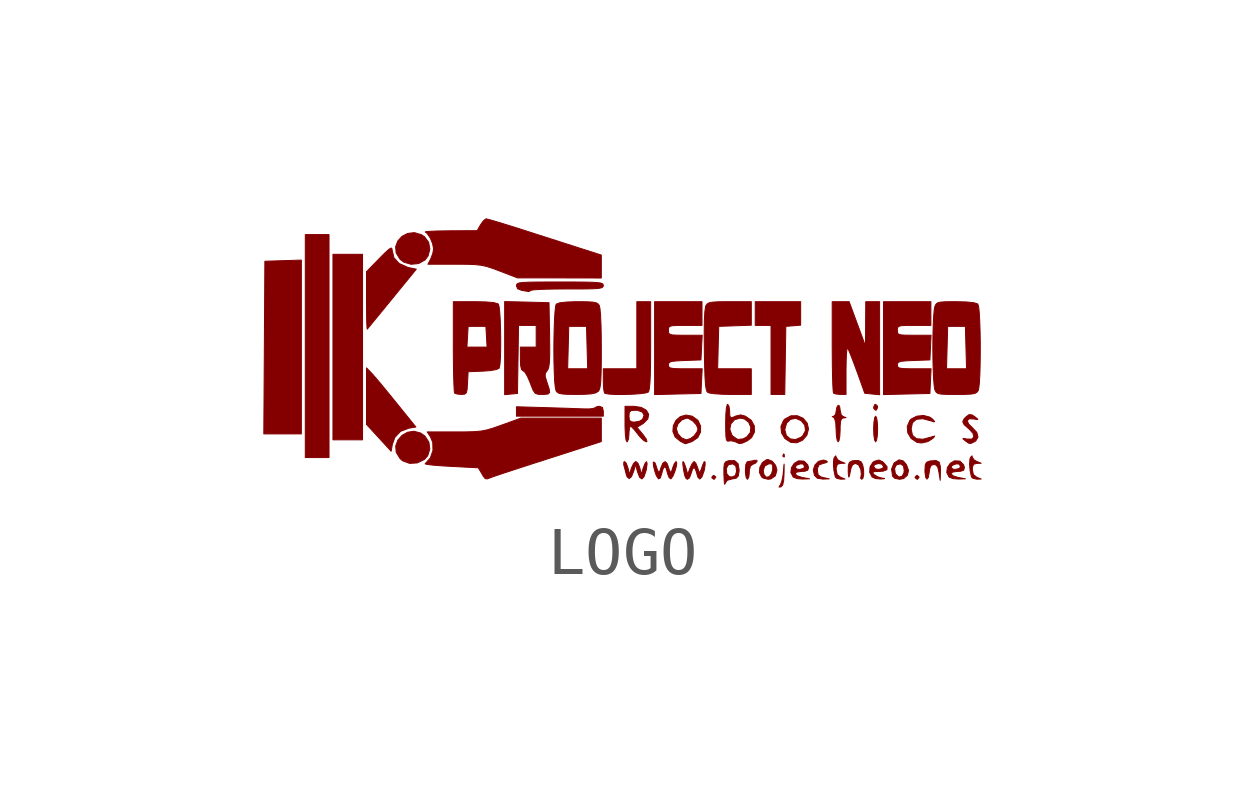
<source format=kicad_sym>
(kicad_symbol_lib
  (version 20220914)
  (generator "bitmap2component")
  (generator_version "9.0")
  (symbol "LOGO"
    (pin_names
      (offset 1.016))
    (property "Reference" "#G"
      (at 0 2.201 0)
      (effects (font (size 1.27 1.27)) hide))
    (symbol "LOGO_0_0"
      (polyline (pts (xy 2.186 -2.766) (xy 2.188 -2.757) (xy 2.233 -2.691) (xy 2.335 -2.664) (xy 2.418 -2.648) (xy 2.462 -2.603) (xy 2.478 -2.504) (xy 2.48 -2.474) (xy 2.458 -2.347) (xy 2.385 -2.282) (xy 2.264 -2.284) (xy 2.247 -2.288) (xy 2.197 -2.31) (xy 2.171 -2.353) (xy 2.162 -2.437) (xy 2.162 -2.448) (xy 2.212 -2.448) (xy 2.254 -2.371) (xy 2.338 -2.351) (xy 2.354 -2.354) (xy 2.41 -2.393) (xy 2.425 -2.486) (xy 2.424 -2.512) (xy 2.402 -2.592) (xy 2.336 -2.623) (xy 2.276 -2.618) (xy 2.222 -2.556) (xy 2.212 -2.448) (xy 2.162 -2.448) (xy 2.163 -2.583) (xy 2.164 -2.598) (xy 2.169 -2.715) (xy 2.177 -2.775) (xy 2.186 -2.766)) (stroke (width 0.01) (type default)) (fill (type outline)))
      (polyline (pts (xy 3.35 -2.829) (xy 3.386 -2.792) (xy 3.407 -2.702) (xy 3.415 -2.545) (xy 3.416 -2.511) (xy 3.417 -2.393) (xy 3.416 -2.355) (xy 3.411 -2.393) (xy 3.402 -2.506) (xy 3.393 -2.595) (xy 3.367 -2.717) (xy 3.337 -2.79) (xy 3.334 -2.793) (xy 3.31 -2.834) (xy 3.35 -2.829)) (stroke (width 0.01) (type default)) (fill (type outline)))
      (polyline (pts (xy -2.684 -2.632) (xy -2.681 -2.631) (xy -2.611 -2.606) (xy -2.475 -2.56) (xy -2.284 -2.497) (xy -2.048 -2.42) (xy -1.78 -2.333) (xy -1.49 -2.24) (xy -0.391 -1.886) (xy -0.391 -1.642) (xy -0.391 -1.397) (xy -1.228 -1.397) (xy -2.066 -1.397) (xy -2.463 -1.541) (xy -2.496 -1.553) (xy -2.651 -1.607) (xy -2.777 -1.644) (xy -2.897 -1.667) (xy -3.032 -1.679) (xy -3.205 -1.684) (xy -3.439 -1.685) (xy -4.017 -1.685) (xy -3.95 -1.786) (xy -3.901 -1.905) (xy -3.897 -2.071) (xy -3.952 -2.228) (xy -4.06 -2.348) (xy -4.06 -2.351) (xy -4.008 -2.363) (xy -3.893 -2.377) (xy -3.727 -2.39) (xy -3.525 -2.402) (xy -2.952 -2.432) (xy -2.881 -2.552) (xy -2.853 -2.6) (xy -2.81 -2.657) (xy -2.764 -2.663) (xy -2.684 -2.632)) (stroke (width 0.01) (type default)) (fill (type outline)))
      (polyline (pts (xy 0.5 -2.615) (xy 0.542 -2.486) (xy 0.548 -2.46) (xy 0.563 -2.35) (xy 0.553 -2.305) (xy 0.524 -2.332) (xy 0.483 -2.435) (xy 0.441 -2.569) (xy 0.411 -2.435) (xy 0.408 -2.424) (xy 0.372 -2.337) (xy 0.33 -2.302) (xy 0.325 -2.302) (xy 0.279 -2.345) (xy 0.237 -2.435) (xy 0.195 -2.569) (xy 0.164 -2.435) (xy 0.161 -2.424) (xy 0.129 -2.337) (xy 0.095 -2.302) (xy 0.077 -2.314) (xy 0.077 -2.373) (xy 0.098 -2.448) (xy 0.126 -2.56) (xy 0.146 -2.62) (xy 0.189 -2.657) (xy 0.237 -2.618) (xy 0.283 -2.504) (xy 0.323 -2.363) (xy 0.364 -2.517) (xy 0.364 -2.518) (xy 0.408 -2.632) (xy 0.455 -2.664) (xy 0.5 -2.615)) (stroke (width 0.01) (type default)) (fill (type outline)))
      (polyline (pts (xy 1.065 -2.657) (xy 1.102 -2.603) (xy 1.139 -2.513) (xy 1.169 -2.414) (xy 1.181 -2.334) (xy 1.168 -2.302) (xy 1.165 -2.302) (xy 1.13 -2.345) (xy 1.095 -2.435) (xy 1.074 -2.504) (xy 1.053 -2.526) (xy 1.027 -2.481) (xy 0.988 -2.363) (xy 0.98 -2.343) (xy 0.939 -2.303) (xy 0.891 -2.336) (xy 0.849 -2.435) (xy 0.826 -2.508) (xy 0.805 -2.526) (xy 0.779 -2.478) (xy 0.739 -2.357) (xy 0.724 -2.325) (xy 0.695 -2.312) (xy 0.691 -2.324) (xy 0.697 -2.395) (xy 0.723 -2.503) (xy 0.756 -2.597) (xy 0.8 -2.662) (xy 0.838 -2.645) (xy 0.869 -2.547) (xy 0.888 -2.473) (xy 0.921 -2.412) (xy 0.955 -2.43) (xy 0.984 -2.531) (xy 0.989 -2.554) (xy 1.021 -2.636) (xy 1.057 -2.662) (xy 1.065 -2.657)) (stroke (width 0.01) (type default)) (fill (type outline)))
      (polyline (pts (xy 1.444 -2.643) (xy 1.48 -2.548) (xy 1.48 -2.546) (xy 1.509 -2.46) (xy 1.539 -2.425) (xy 1.54 -2.425) (xy 1.57 -2.462) (xy 1.597 -2.548) (xy 1.621 -2.629) (xy 1.66 -2.666) (xy 1.704 -2.623) (xy 1.748 -2.503) (xy 1.759 -2.458) (xy 1.772 -2.365) (xy 1.769 -2.309) (xy 1.752 -2.305) (xy 1.723 -2.368) (xy 1.689 -2.468) (xy 1.662 -2.523) (xy 1.641 -2.51) (xy 1.617 -2.435) (xy 1.613 -2.423) (xy 1.578 -2.337) (xy 1.544 -2.302) (xy 1.54 -2.302) (xy 1.501 -2.346) (xy 1.458 -2.435) (xy 1.409 -2.569) (xy 1.371 -2.435) (xy 1.367 -2.422) (xy 1.336 -2.337) (xy 1.312 -2.302) (xy 1.306 -2.316) (xy 1.31 -2.385) (xy 1.324 -2.483) (xy 1.343 -2.579) (xy 1.364 -2.641) (xy 1.4 -2.672) (xy 1.444 -2.643)) (stroke (width 0.01) (type default)) (fill (type outline)))
      (polyline (pts (xy 1.962 -2.67) (xy 1.993 -2.63) (xy 1.992 -2.621) (xy 1.952 -2.589) (xy 1.942 -2.591) (xy 1.911 -2.63) (xy 1.912 -2.64) (xy 1.952 -2.671) (xy 1.962 -2.67)) (stroke (width 0.01) (type default)) (fill (type outline)))
      (polyline (pts (xy 2.657 -2.67) (xy 2.682 -2.62) (xy 2.692 -2.524) (xy 2.693 -2.477) (xy 2.716 -2.392) (xy 2.774 -2.355) (xy 2.822 -2.334) (xy 2.856 -2.292) (xy 2.846 -2.275) (xy 2.791 -2.277) (xy 2.759 -2.287) (xy 2.668 -2.302) (xy 2.648 -2.307) (xy 2.619 -2.362) (xy 2.61 -2.486) (xy 2.612 -2.542) (xy 2.626 -2.635) (xy 2.651 -2.671) (xy 2.657 -2.67)) (stroke (width 0.01) (type default)) (fill (type outline)))
      (polyline (pts (xy 3.143 -2.663) (xy 3.234 -2.599) (xy 3.267 -2.481) (xy 3.24 -2.382) (xy 3.17 -2.296) (xy 3.083 -2.26) (xy 3.048 -2.265) (xy 2.964 -2.322) (xy 2.912 -2.42) (xy 2.906 -2.49) (xy 2.981 -2.49) (xy 3.012 -2.396) (xy 3.096 -2.35) (xy 3.153 -2.348) (xy 3.18 -2.381) (xy 3.178 -2.473) (xy 3.156 -2.555) (xy 3.104 -2.618) (xy 3.044 -2.628) (xy 2.997 -2.574) (xy 2.981 -2.49) (xy 2.906 -2.49) (xy 2.903 -2.53) (xy 2.947 -2.622) (xy 2.988 -2.649) (xy 3.083 -2.671) (xy 3.143 -2.663)) (stroke (width 0.01) (type default)) (fill (type outline)))
      (polyline (pts (xy 3.946 -2.661) (xy 3.805 -2.635) (xy 3.793 -2.633) (xy 3.687 -2.598) (xy 3.646 -2.556) (xy 3.676 -2.522) (xy 3.778 -2.507) (xy 3.846 -2.504) (xy 3.909 -2.482) (xy 3.925 -2.426) (xy 3.907 -2.368) (xy 3.84 -2.3) (xy 3.819 -2.291) (xy 3.717 -2.287) (xy 3.629 -2.339) (xy 3.571 -2.425) (xy 3.648 -2.425) (xy 3.671 -2.381) (xy 3.754 -2.35) (xy 3.812 -2.353) (xy 3.843 -2.401) (xy 3.823 -2.445) (xy 3.737 -2.466) (xy 3.687 -2.46) (xy 3.648 -2.425) (xy 3.571 -2.425) (xy 3.57 -2.427) (xy 3.557 -2.528) (xy 3.604 -2.622) (xy 3.609 -2.627) (xy 3.688 -2.657) (xy 3.8 -2.666) (xy 3.946 -2.661)) (stroke (width 0.01) (type default)) (fill (type outline)))
      (polyline (pts (xy 4.357 -2.662) (xy 4.233 -2.635) (xy 4.183 -2.622) (xy 4.124 -2.578) (xy 4.11 -2.486) (xy 4.113 -2.435) (xy 4.145 -2.371) (xy 4.233 -2.339) (xy 4.28 -2.329) (xy 4.319 -2.308) (xy 4.288 -2.284) (xy 4.232 -2.271) (xy 4.133 -2.297) (xy 4.059 -2.373) (xy 4.024 -2.477) (xy 4.048 -2.588) (xy 4.109 -2.649) (xy 4.224 -2.667) (xy 4.357 -2.662)) (stroke (width 0.01) (type default)) (fill (type outline)))
      (polyline (pts (xy 4.685 -2.666) (xy 4.593 -2.629) (xy 4.522 -2.573) (xy 4.5 -2.467) (xy 4.502 -2.423) (xy 4.526 -2.358) (xy 4.593 -2.34) (xy 4.685 -2.337) (xy 4.593 -2.3) (xy 4.534 -2.265) (xy 4.5 -2.21) (xy 4.493 -2.183) (xy 4.462 -2.216) (xy 4.451 -2.248) (xy 4.443 -2.354) (xy 4.454 -2.489) (xy 4.482 -2.62) (xy 4.512 -2.651) (xy 4.592 -2.669) (xy 4.685 -2.666)) (stroke (width 0.01) (type default)) (fill (type outline)))
      (polyline (pts (xy 5.059 -2.647) (xy 5.074 -2.568) (xy 5.071 -2.465) (xy 5.052 -2.367) (xy 5.018 -2.305) (xy 4.959 -2.28) (xy 4.854 -2.284) (xy 4.827 -2.291) (xy 4.775 -2.321) (xy 4.754 -2.383) (xy 4.752 -2.501) (xy 4.755 -2.566) (xy 4.763 -2.623) (xy 4.774 -2.61) (xy 4.787 -2.55) (xy 4.811 -2.435) (xy 4.842 -2.368) (xy 4.904 -2.34) (xy 4.969 -2.373) (xy 5.014 -2.465) (xy 5.025 -2.562) (xy 5.015 -2.629) (xy 5.008 -2.646) (xy 5.032 -2.671) (xy 5.059 -2.647)) (stroke (width 0.01) (type default)) (fill (type outline)))
      (polyline (pts (xy 5.502 -2.66) (xy 5.508 -2.654) (xy 5.439 -2.642) (xy 5.356 -2.617) (xy 5.279 -2.566) (xy 5.279 -2.566) (xy 5.26 -2.529) (xy 5.296 -2.511) (xy 5.4 -2.507) (xy 5.478 -2.502) (xy 5.558 -2.471) (xy 5.561 -2.41) (xy 5.487 -2.322) (xy 5.466 -2.305) (xy 5.392 -2.27) (xy 5.302 -2.294) (xy 5.265 -2.318) (xy 5.211 -2.404) (xy 5.281 -2.404) (xy 5.301 -2.364) (xy 5.384 -2.343) (xy 5.451 -2.355) (xy 5.487 -2.404) (xy 5.467 -2.445) (xy 5.384 -2.466) (xy 5.317 -2.454) (xy 5.281 -2.404) (xy 5.211 -2.404) (xy 5.207 -2.41) (xy 5.199 -2.524) (xy 5.248 -2.622) (xy 5.318 -2.655) (xy 5.423 -2.665) (xy 5.502 -2.66)) (stroke (width 0.01) (type default)) (fill (type outline)))
      (polyline (pts (xy 5.902 -2.657) (xy 5.983 -2.59) (xy 6.008 -2.486) (xy 5.964 -2.365) (xy 5.897 -2.288) (xy 5.81 -2.266) (xy 5.716 -2.325) (xy 5.702 -2.341) (xy 5.66 -2.444) (xy 5.717 -2.444) (xy 5.754 -2.372) (xy 5.831 -2.351) (xy 5.847 -2.354) (xy 5.903 -2.392) (xy 5.918 -2.486) (xy 5.911 -2.543) (xy 5.868 -2.613) (xy 5.804 -2.623) (xy 5.742 -2.565) (xy 5.731 -2.542) (xy 5.717 -2.444) (xy 5.66 -2.444) (xy 5.654 -2.461) (xy 5.676 -2.607) (xy 5.72 -2.65) (xy 5.821 -2.671) (xy 5.902 -2.657)) (stroke (width 0.01) (type default)) (fill (type outline)))
      (polyline (pts (xy 6.195 -2.67) (xy 6.227 -2.63) (xy 6.226 -2.621) (xy 6.186 -2.589) (xy 6.176 -2.591) (xy 6.144 -2.63) (xy 6.146 -2.64) (xy 6.186 -2.671) (xy 6.195 -2.67)) (stroke (width 0.01) (type default)) (fill (type outline)))
      (polyline (pts (xy 6.673 -2.501) (xy 6.672 -2.411) (xy 6.647 -2.316) (xy 6.581 -2.28) (xy 6.46 -2.29) (xy 6.439 -2.294) (xy 6.38 -2.32) (xy 6.355 -2.377) (xy 6.35 -2.491) (xy 6.35 -2.521) (xy 6.365 -2.63) (xy 6.391 -2.668) (xy 6.42 -2.631) (xy 6.44 -2.517) (xy 6.449 -2.448) (xy 6.478 -2.381) (xy 6.535 -2.363) (xy 6.574 -2.37) (xy 6.616 -2.417) (xy 6.642 -2.528) (xy 6.667 -2.692) (xy 6.673 -2.501)) (stroke (width 0.01) (type default)) (fill (type outline)))
      (polyline (pts (xy 7.192 -2.661) (xy 7.052 -2.635) (xy 7.04 -2.633) (xy 6.933 -2.598) (xy 6.893 -2.556) (xy 6.923 -2.522) (xy 7.025 -2.507) (xy 7.093 -2.504) (xy 7.156 -2.482) (xy 7.172 -2.426) (xy 7.154 -2.368) (xy 7.087 -2.3) (xy 7.066 -2.291) (xy 6.964 -2.287) (xy 6.876 -2.339) (xy 6.818 -2.425) (xy 6.894 -2.425) (xy 6.918 -2.381) (xy 7 -2.35) (xy 7.059 -2.353) (xy 7.09 -2.401) (xy 7.07 -2.445) (xy 6.984 -2.466) (xy 6.934 -2.46) (xy 6.894 -2.425) (xy 6.818 -2.425) (xy 6.817 -2.427) (xy 6.804 -2.528) (xy 6.851 -2.622) (xy 6.856 -2.627) (xy 6.935 -2.657) (xy 7.047 -2.666) (xy 7.192 -2.661)) (stroke (width 0.01) (type default)) (fill (type outline)))
      (polyline (pts (xy 7.521 -2.666) (xy 7.429 -2.629) (xy 7.358 -2.573) (xy 7.336 -2.467) (xy 7.338 -2.423) (xy 7.362 -2.358) (xy 7.429 -2.34) (xy 7.521 -2.337) (xy 7.429 -2.3) (xy 7.37 -2.265) (xy 7.336 -2.21) (xy 7.329 -2.183) (xy 7.298 -2.216) (xy 7.287 -2.248) (xy 7.279 -2.354) (xy 7.29 -2.489) (xy 7.318 -2.62) (xy 7.348 -2.651) (xy 7.428 -2.669) (xy 7.521 -2.666)) (stroke (width 0.01) (type default)) (fill (type outline)))
      (polyline (pts (xy -4.223 -2.33) (xy -4.074 -2.257) (xy -4.006 -2.18) (xy -3.963 -2.042) (xy -3.982 -1.897) (xy -4.066 -1.77) (xy -4.155 -1.707) (xy -4.293 -1.671) (xy -4.426 -1.691) (xy -4.542 -1.757) (xy -4.629 -1.857) (xy -4.673 -1.978) (xy -4.662 -2.11) (xy -4.582 -2.24) (xy -4.529 -2.286) (xy -4.383 -2.34) (xy -4.223 -2.33)) (stroke (width 0.01) (type default)) (fill (type outline)))
      (polyline (pts (xy -6.062 0.103) (xy -6.062 2.425) (xy -6.309 2.425) (xy -6.556 2.425) (xy -6.556 0.103) (xy -6.556 -2.219) (xy -6.309 -2.219) (xy -6.062 -2.219) (xy -6.062 0.103)) (stroke (width 0.01) (type default)) (fill (type outline)))
      (polyline (pts (xy 3.423 -2.2) (xy 3.418 -2.151) (xy 3.406 -2.144) (xy 3.391 -2.178) (xy 3.394 -2.2) (xy 3.418 -2.206) (xy 3.423 -2.2)) (stroke (width 0.01) (type default)) (fill (type outline)))
      (polyline (pts (xy -4.743 -1.944) (xy -4.691 -1.798) (xy -4.572 -1.673) (xy -4.4 -1.607) (xy -4.253 -1.582) (xy -4.668 -1.069) (xy -4.75 -0.968) (xy -4.894 -0.791) (xy -5.022 -0.637) (xy -5.122 -0.52) (xy -5.182 -0.453) (xy -5.281 -0.351) (xy -5.281 -0.94) (xy -5.281 -1.528) (xy -5.025 -1.807) (xy -4.768 -2.087) (xy -4.743 -1.944)) (stroke (width 0.01) (type default)) (fill (type outline)))
      (polyline (pts (xy 1.361 -1.931) (xy 1.403 -1.918) (xy 1.49 -1.888) (xy 1.499 -1.885) (xy 1.617 -1.804) (xy 1.676 -1.688) (xy 1.677 -1.56) (xy 1.62 -1.442) (xy 1.502 -1.357) (xy 1.375 -1.333) (xy 1.254 -1.366) (xy 1.163 -1.446) (xy 1.109 -1.555) (xy 1.104 -1.616) (xy 1.171 -1.616) (xy 1.171 -1.616) (xy 1.207 -1.516) (xy 1.29 -1.432) (xy 1.39 -1.397) (xy 1.424 -1.403) (xy 1.514 -1.457) (xy 1.591 -1.54) (xy 1.623 -1.623) (xy 1.602 -1.686) (xy 1.541 -1.767) (xy 1.468 -1.822) (xy 1.383 -1.849) (xy 1.378 -1.849) (xy 1.282 -1.81) (xy 1.204 -1.723) (xy 1.171 -1.616) (xy 1.104 -1.616) (xy 1.1 -1.675) (xy 1.146 -1.789) (xy 1.254 -1.879) (xy 1.325 -1.915) (xy 1.36 -1.931) (xy 1.361 -1.931)) (stroke (width 0.01) (type default)) (fill (type outline)))
      (polyline (pts (xy 2.548 -1.918) (xy 2.652 -1.869) (xy 2.739 -1.803) (xy 2.799 -1.687) (xy 2.796 -1.559) (xy 2.732 -1.442) (xy 2.608 -1.356) (xy 2.512 -1.33) (xy 2.411 -1.353) (xy 2.378 -1.37) (xy 2.313 -1.391) (xy 2.286 -1.357) (xy 2.281 -1.254) (xy 2.281 -1.235) (xy 2.267 -1.146) (xy 2.24 -1.11) (xy 2.232 -1.116) (xy 2.214 -1.185) (xy 2.203 -1.318) (xy 2.199 -1.503) (xy 2.2 -1.628) (xy 2.285 -1.628) (xy 2.308 -1.516) (xy 2.384 -1.431) (xy 2.504 -1.397) (xy 2.59 -1.415) (xy 2.679 -1.485) (xy 2.723 -1.587) (xy 2.713 -1.695) (xy 2.642 -1.786) (xy 2.563 -1.83) (xy 2.449 -1.841) (xy 2.349 -1.774) (xy 2.326 -1.745) (xy 2.285 -1.628) (xy 2.2 -1.628) (xy 2.2 -1.66) (xy 2.205 -1.784) (xy 2.216 -1.851) (xy 2.237 -1.877) (xy 2.271 -1.874) (xy 2.314 -1.868) (xy 2.404 -1.891) (xy 2.416 -1.898) (xy 2.48 -1.926) (xy 2.548 -1.918)) (stroke (width 0.01) (type default)) (fill (type outline)))
      (polyline (pts (xy 3.801 -1.857) (xy 3.89 -1.755) (xy 3.925 -1.623) (xy 3.897 -1.501) (xy 3.812 -1.4) (xy 3.692 -1.347) (xy 3.558 -1.349) (xy 3.432 -1.417) (xy 3.401 -1.452) (xy 3.35 -1.574) (xy 3.357 -1.645) (xy 3.432 -1.645) (xy 3.432 -1.631) (xy 3.468 -1.503) (xy 3.549 -1.423) (xy 3.656 -1.401) (xy 3.769 -1.449) (xy 3.846 -1.542) (xy 3.862 -1.658) (xy 3.804 -1.765) (xy 3.769 -1.795) (xy 3.654 -1.844) (xy 3.545 -1.83) (xy 3.464 -1.762) (xy 3.432 -1.645) (xy 3.357 -1.645) (xy 3.363 -1.706) (xy 3.433 -1.823) (xy 3.555 -1.902) (xy 3.681 -1.911) (xy 3.801 -1.857)) (stroke (width 0.01) (type default)) (fill (type outline)))
      (polyline (pts (xy 6.41 -1.886) (xy 6.514 -1.82) (xy 6.537 -1.796) (xy 6.55 -1.77) (xy 6.494 -1.787) (xy 6.31 -1.837) (xy 6.174 -1.826) (xy 6.09 -1.755) (xy 6.062 -1.623) (xy 6.09 -1.493) (xy 6.173 -1.421) (xy 6.308 -1.41) (xy 6.494 -1.46) (xy 6.538 -1.476) (xy 6.552 -1.469) (xy 6.505 -1.415) (xy 6.45 -1.376) (xy 6.321 -1.342) (xy 6.181 -1.356) (xy 6.064 -1.416) (xy 6.034 -1.448) (xy 5.981 -1.571) (xy 5.992 -1.702) (xy 6.062 -1.821) (xy 6.186 -1.903) (xy 6.28 -1.915) (xy 6.41 -1.886)) (stroke (width 0.01) (type default)) (fill (type outline)))
      (polyline (pts (xy 7.38 -1.889) (xy 7.409 -1.871) (xy 7.455 -1.792) (xy 7.429 -1.694) (xy 7.331 -1.59) (xy 7.259 -1.52) (xy 7.231 -1.45) (xy 7.27 -1.411) (xy 7.372 -1.415) (xy 7.435 -1.428) (xy 7.451 -1.421) (xy 7.4 -1.377) (xy 7.329 -1.329) (xy 7.266 -1.325) (xy 7.196 -1.38) (xy 7.165 -1.412) (xy 7.137 -1.473) (xy 7.166 -1.534) (xy 7.26 -1.616) (xy 7.271 -1.625) (xy 7.351 -1.715) (xy 7.368 -1.79) (xy 7.325 -1.834) (xy 7.223 -1.833) (xy 7.156 -1.819) (xy 7.14 -1.827) (xy 7.19 -1.869) (xy 7.192 -1.871) (xy 7.26 -1.92) (xy 7.308 -1.924) (xy 7.38 -1.889)) (stroke (width 0.01) (type default)) (fill (type outline)))
      (polyline (pts (xy 0.559 -1.885) (xy 0.546 -1.835) (xy 0.477 -1.739) (xy 0.352 -1.588) (xy 0.474 -1.514) (xy 0.488 -1.505) (xy 0.578 -1.413) (xy 0.596 -1.319) (xy 0.548 -1.234) (xy 0.442 -1.174) (xy 0.285 -1.151) (xy 0.103 -1.151) (xy 0.103 -1.356) (xy 0.185 -1.356) (xy 0.192 -1.278) (xy 0.23 -1.24) (xy 0.324 -1.233) (xy 0.366 -1.236) (xy 0.464 -1.272) (xy 0.501 -1.339) (xy 0.468 -1.423) (xy 0.406 -1.461) (xy 0.303 -1.48) (xy 0.243 -1.476) (xy 0.195 -1.444) (xy 0.185 -1.356) (xy 0.103 -1.356) (xy 0.103 -1.521) (xy 0.103 -1.582) (xy 0.11 -1.744) (xy 0.124 -1.852) (xy 0.144 -1.891) (xy 0.153 -1.886) (xy 0.176 -1.829) (xy 0.185 -1.726) (xy 0.186 -1.689) (xy 0.196 -1.599) (xy 0.216 -1.563) (xy 0.234 -1.573) (xy 0.292 -1.633) (xy 0.367 -1.727) (xy 0.411 -1.782) (xy 0.489 -1.86) (xy 0.545 -1.891) (xy 0.559 -1.885)) (stroke (width 0.01) (type default)) (fill (type outline)))
      (polyline (pts (xy 4.56 -1.864) (xy 4.576 -1.775) (xy 4.583 -1.644) (xy 4.583 -1.57) (xy 4.592 -1.462) (xy 4.614 -1.409) (xy 4.655 -1.393) (xy 4.676 -1.391) (xy 4.705 -1.385) (xy 4.655 -1.369) (xy 4.606 -1.333) (xy 4.583 -1.228) (xy 4.583 -1.225) (xy 4.571 -1.146) (xy 4.542 -1.13) (xy 4.516 -1.169) (xy 4.5 -1.256) (xy 4.488 -1.322) (xy 4.449 -1.359) (xy 4.419 -1.365) (xy 4.449 -1.383) (xy 4.466 -1.399) (xy 4.492 -1.489) (xy 4.5 -1.647) (xy 4.505 -1.756) (xy 4.52 -1.853) (xy 4.542 -1.891) (xy 4.56 -1.864)) (stroke (width 0.01) (type default)) (fill (type outline)))
      (polyline (pts (xy 5.342 -1.859) (xy 5.358 -1.763) (xy 5.364 -1.623) (xy 5.359 -1.494) (xy 5.344 -1.394) (xy 5.322 -1.356) (xy 5.303 -1.388) (xy 5.287 -1.484) (xy 5.281 -1.623) (xy 5.286 -1.753) (xy 5.301 -1.853) (xy 5.322 -1.891) (xy 5.342 -1.859)) (stroke (width 0.01) (type default)) (fill (type outline)))
      (polyline (pts (xy -5.364 0.082) (xy -5.364 2.014) (xy -5.672 2.014) (xy -5.98 2.014) (xy -5.98 0.082) (xy -5.98 -1.849) (xy -5.672 -1.849) (xy -5.364 -1.849) (xy -5.364 0.082)) (stroke (width 0.01) (type default)) (fill (type outline)))
      (polyline (pts (xy -6.638 0.084) (xy -6.638 1.894) (xy -7.018 1.882) (xy -7.398 1.87) (xy -7.409 0.072) (xy -7.42 -1.726) (xy -7.029 -1.726) (xy -6.638 -1.726) (xy -6.638 0.084)) (stroke (width 0.01) (type default)) (fill (type outline)))
      (polyline (pts (xy -0.349 -1.254) (xy -0.366 -1.176) (xy -0.429 -1.151) (xy -0.476 -1.156) (xy -0.529 -1.184) (xy -0.554 -1.195) (xy -0.642 -1.206) (xy -0.768 -1.205) (xy -0.787 -1.204) (xy -0.924 -1.199) (xy -1.115 -1.192) (xy -1.339 -1.185) (xy -1.572 -1.178) (xy -2.158 -1.161) (xy -2.158 -1.259) (xy -2.158 -1.356) (xy -1.254 -1.356) (xy -0.349 -1.356) (xy -0.349 -1.254)) (stroke (width 0.01) (type default)) (fill (type outline)))
      (polyline (pts (xy 5.341 -1.226) (xy 5.364 -1.171) (xy 5.359 -1.143) (xy 5.322 -1.11) (xy 5.303 -1.117) (xy 5.281 -1.171) (xy 5.286 -1.2) (xy 5.322 -1.233) (xy 5.341 -1.226)) (stroke (width 0.01) (type default)) (fill (type outline)))
      (polyline (pts (xy -3.239 -0.899) (xy -3.203 -0.871) (xy -3.186 -0.801) (xy -3.177 -0.668) (xy -3.165 -0.431) (xy -2.858 -0.419) (xy -2.698 -0.407) (xy -2.576 -0.385) (xy -2.519 -0.358) (xy -2.517 -0.354) (xy -2.502 -0.28) (xy -2.492 -0.146) (xy -2.487 0.03) (xy -2.486 0.23) (xy -2.489 0.437) (xy -2.495 0.634) (xy -2.506 0.801) (xy -2.519 0.922) (xy -2.536 0.978) (xy -2.543 0.984) (xy -2.628 1.008) (xy -2.792 1.023) (xy -3.029 1.028) (xy -3.473 1.028) (xy -3.473 0.089) (xy -3.473 0.082) (xy -3.19 0.082) (xy -3.177 0.298) (xy -3.165 0.514) (xy -2.98 0.514) (xy -2.795 0.514) (xy -2.782 0.298) (xy -2.77 0.082) (xy -2.98 0.082) (xy -3.19 0.082) (xy -3.473 0.082) (xy -3.473 -0.058) (xy -3.47 -0.314) (xy -3.466 -0.536) (xy -3.46 -0.712) (xy -3.454 -0.83) (xy -3.446 -0.877) (xy -3.397 -0.895) (xy -3.304 -0.904) (xy -3.303 -0.904) (xy -3.239 -0.899)) (stroke (width 0.01) (type default)) (fill (type outline)))
      (polyline (pts (xy -2.271 -0.896) (xy -2.137 -0.884) (xy -2.126 -0.175) (xy -2.115 0.534) (xy -1.931 0.534) (xy -1.747 0.534) (xy -1.747 0.308) (xy -1.747 0.082) (xy -1.911 0.082) (xy -2.076 0.082) (xy -2.076 -0.164) (xy -2.071 -0.302) (xy -2.053 -0.386) (xy -2.019 -0.411) (xy -1.982 -0.44) (xy -1.929 -0.529) (xy -1.873 -0.658) (xy -1.854 -0.71) (xy -1.809 -0.822) (xy -1.767 -0.879) (xy -1.71 -0.901) (xy -1.621 -0.904) (xy -1.586 -0.904) (xy -1.502 -0.896) (xy -1.468 -0.864) (xy -1.477 -0.79) (xy -1.521 -0.656) (xy -1.532 -0.624) (xy -1.56 -0.524) (xy -1.556 -0.463) (xy -1.52 -0.41) (xy -1.504 -0.388) (xy -1.485 -0.334) (xy -1.473 -0.247) (xy -1.466 -0.116) (xy -1.465 0.074) (xy -1.468 0.333) (xy -1.48 1.007) (xy -1.942 1.019) (xy -2.404 1.03) (xy -2.404 0.06) (xy -2.404 -0.909) (xy -2.271 -0.896)) (stroke (width 0.01) (type default)) (fill (type outline)))
      (polyline (pts (xy -0.751 -0.902) (xy -0.603 -0.892) (xy -0.509 -0.872) (xy -0.455 -0.84) (xy -0.446 -0.83) (xy -0.426 -0.789) (xy -0.411 -0.72) (xy -0.401 -0.614) (xy -0.395 -0.457) (xy -0.391 -0.241) (xy -0.391 0.047) (xy -0.392 0.286) (xy -0.397 0.538) (xy -0.406 0.739) (xy -0.418 0.879) (xy -0.433 0.948) (xy -0.452 0.976) (xy -0.493 1.003) (xy -0.567 1.019) (xy -0.689 1.026) (xy -0.877 1.028) (xy -0.899 1.028) (xy -1.112 1.021) (xy -1.257 1.004) (xy -1.328 0.978) (xy -1.339 0.949) (xy -1.353 0.846) (xy -1.364 0.686) (xy -1.372 0.484) (xy -1.377 0.256) (xy -1.379 0.017) (xy -1.377 -0.22) (xy -1.373 -0.37) (xy -1.092 -0.37) (xy -1.08 0.072) (xy -1.069 0.514) (xy -0.884 0.514) (xy -0.699 0.514) (xy -0.687 0.072) (xy -0.675 -0.37) (xy -0.884 -0.37) (xy -1.092 -0.37) (xy -1.373 -0.37) (xy -1.371 -0.437) (xy -1.363 -0.62) (xy -1.35 -0.754) (xy -1.334 -0.825) (xy -1.319 -0.849) (xy -1.279 -0.878) (xy -1.208 -0.894) (xy -1.09 -0.902) (xy -0.906 -0.904) (xy -0.751 -0.902)) (stroke (width 0.01) (type default)) (fill (type outline)))
      (polyline (pts (xy 0.256 -0.9) (xy 0.411 -0.889) (xy 0.529 -0.874) (xy 0.588 -0.855) (xy 0.594 -0.846) (xy 0.61 -0.783) (xy 0.622 -0.662) (xy 0.631 -0.477) (xy 0.635 -0.221) (xy 0.637 0.111) (xy 0.637 1.028) (xy 0.493 1.028) (xy 0.349 1.028) (xy 0.349 0.329) (xy 0.349 -0.37) (xy 0 -0.37) (xy -0.349 -0.37) (xy -0.349 -0.61) (xy -0.347 -0.715) (xy -0.337 -0.824) (xy -0.322 -0.877) (xy -0.305 -0.885) (xy -0.218 -0.898) (xy -0.081 -0.905) (xy 0.084 -0.905) (xy 0.256 -0.9)) (stroke (width 0.01) (type default)) (fill (type outline)))
      (polyline (pts (xy 1.202 -0.895) (xy 1.685 -0.884) (xy 1.697 -0.627) (xy 1.71 -0.37) (xy 1.358 -0.37) (xy 1.245 -0.369) (xy 1.117 -0.365) (xy 1.045 -0.352) (xy 1.014 -0.328) (xy 1.007 -0.289) (xy 1.008 -0.269) (xy 1.026 -0.236) (xy 1.077 -0.216) (xy 1.179 -0.205) (xy 1.346 -0.197) (xy 1.685 -0.185) (xy 1.697 0.072) (xy 1.71 0.329) (xy 1.358 0.329) (xy 1.357 0.329) (xy 1.188 0.33) (xy 1.084 0.336) (xy 1.03 0.352) (xy 1.01 0.382) (xy 1.007 0.432) (xy 1.01 0.481) (xy 1.03 0.511) (xy 1.084 0.527) (xy 1.187 0.533) (xy 1.356 0.534) (xy 1.706 0.534) (xy 1.706 0.781) (xy 1.706 1.028) (xy 1.212 1.028) (xy 0.719 1.028) (xy 0.719 0.06) (xy 0.719 -0.907) (xy 1.202 -0.895)) (stroke (width 0.01) (type default)) (fill (type outline)))
      (polyline (pts (xy 2.733 -0.637) (xy 2.733 -0.37) (xy 2.382 -0.37) (xy 2.032 -0.37) (xy 2.043 0.072) (xy 2.055 0.514) (xy 2.394 0.526) (xy 2.733 0.538) (xy 2.733 0.783) (xy 2.733 1.028) (xy 2.283 1.028) (xy 2.239 1.028) (xy 2.053 1.026) (xy 1.931 1.019) (xy 1.856 1.005) (xy 1.813 0.981) (xy 1.787 0.944) (xy 1.78 0.923) (xy 1.765 0.814) (xy 1.755 0.626) (xy 1.752 0.359) (xy 1.755 0.017) (xy 1.756 -0.071) (xy 1.762 -0.343) (xy 1.769 -0.545) (xy 1.778 -0.688) (xy 1.791 -0.782) (xy 1.807 -0.838) (xy 1.829 -0.864) (xy 1.864 -0.875) (xy 1.972 -0.89) (xy 2.129 -0.9) (xy 2.312 -0.904) (xy 2.733 -0.904) (xy 2.733 -0.637)) (stroke (width 0.01) (type default)) (fill (type outline)))
      (polyline (pts (xy 3.441 -0.195) (xy 3.452 0.514) (xy 3.607 0.526) (xy 3.761 0.539) (xy 3.761 0.783) (xy 3.761 1.028) (xy 3.288 1.028) (xy 2.815 1.028) (xy 2.815 0.781) (xy 2.815 0.534) (xy 2.98 0.534) (xy 3.144 0.534) (xy 3.144 -0.185) (xy 3.144 -0.904) (xy 3.287 -0.904) (xy 3.43 -0.904) (xy 3.441 -0.195)) (stroke (width 0.01) (type default)) (fill (type outline)))
      (polyline (pts (xy 5.405 0.059) (xy 5.405 1.028) (xy 5.261 1.028) (xy 5.117 1.028) (xy 5.114 0.565) (xy 5.112 0.103) (xy 4.941 0.565) (xy 4.771 1.028) (xy 4.595 1.028) (xy 4.418 1.028) (xy 4.418 0.089) (xy 4.419 -0.058) (xy 4.421 -0.314) (xy 4.425 -0.536) (xy 4.431 -0.712) (xy 4.438 -0.83) (xy 4.446 -0.877) (xy 4.495 -0.895) (xy 4.59 -0.904) (xy 4.706 -0.904) (xy 4.706 -0.404) (xy 4.706 -0.388) (xy 4.709 -0.202) (xy 4.715 -0.055) (xy 4.725 0.039) (xy 4.737 0.065) (xy 4.761 0.02) (xy 4.806 -0.088) (xy 4.865 -0.241) (xy 4.932 -0.422) (xy 5.096 -0.88) (xy 5.251 -0.895) (xy 5.405 -0.91) (xy 5.405 0.059)) (stroke (width 0.01) (type default)) (fill (type outline)))
      (polyline (pts (xy 5.97 -0.895) (xy 6.453 -0.884) (xy 6.465 -0.627) (xy 6.477 -0.37) (xy 6.126 -0.37) (xy 6.012 -0.369) (xy 5.884 -0.365) (xy 5.813 -0.352) (xy 5.781 -0.328) (xy 5.775 -0.289) (xy 5.776 -0.269) (xy 5.794 -0.236) (xy 5.845 -0.216) (xy 5.946 -0.205) (xy 6.114 -0.197) (xy 6.453 -0.185) (xy 6.465 0.072) (xy 6.477 0.329) (xy 6.126 0.329) (xy 6.125 0.329) (xy 5.955 0.33) (xy 5.852 0.336) (xy 5.798 0.352) (xy 5.778 0.382) (xy 5.775 0.432) (xy 5.778 0.481) (xy 5.798 0.511) (xy 5.851 0.527) (xy 5.955 0.533) (xy 6.124 0.534) (xy 6.473 0.534) (xy 6.473 0.781) (xy 6.473 1.028) (xy 5.98 1.028) (xy 5.487 1.028) (xy 5.487 0.06) (xy 5.487 -0.907) (xy 5.97 -0.895)) (stroke (width 0.01) (type default)) (fill (type outline)))
      (polyline (pts (xy 7.159 -0.903) (xy 7.297 -0.898) (xy 7.382 -0.885) (xy 7.43 -0.861) (xy 7.458 -0.825) (xy 7.469 -0.786) (xy 7.483 -0.671) (xy 7.493 -0.502) (xy 7.499 -0.294) (xy 7.502 -0.063) (xy 7.502 0.177) (xy 7.498 0.411) (xy 7.491 0.623) (xy 7.481 0.798) (xy 7.468 0.922) (xy 7.451 0.978) (xy 7.448 0.981) (xy 7.37 1.006) (xy 7.218 1.022) (xy 6.998 1.028) (xy 6.932 1.028) (xy 6.77 1.026) (xy 6.667 1.018) (xy 6.608 1.001) (xy 6.576 0.97) (xy 6.554 0.922) (xy 6.543 0.859) (xy 6.531 0.724) (xy 6.522 0.535) (xy 6.516 0.31) (xy 6.514 0.062) (xy 6.516 -0.163) (xy 6.521 -0.37) (xy 6.799 -0.37) (xy 6.811 0.072) (xy 6.823 0.514) (xy 7.008 0.514) (xy 7.192 0.514) (xy 7.204 0.072) (xy 7.216 -0.37) (xy 7.008 -0.37) (xy 6.799 -0.37) (xy 6.521 -0.37) (xy 6.522 -0.391) (xy 6.53 -0.584) (xy 6.542 -0.725) (xy 6.554 -0.799) (xy 6.562 -0.819) (xy 6.585 -0.86) (xy 6.625 -0.885) (xy 6.697 -0.898) (xy 6.818 -0.903) (xy 7.005 -0.904) (xy 7.159 -0.903)) (stroke (width 0.01) (type default)) (fill (type outline)))
      (polyline (pts (xy -5.265 0.456) (xy -5.231 0.498) (xy -5.154 0.592) (xy -5.042 0.728) (xy -4.904 0.897) (xy -4.747 1.089) (xy -4.244 1.705) (xy -4.362 1.729) (xy -4.422 1.743) (xy -4.601 1.823) (xy -4.71 1.943) (xy -4.748 2.104) (xy -4.75 2.128) (xy -4.767 2.146) (xy -4.811 2.122) (xy -4.89 2.051) (xy -5.015 1.926) (xy -5.281 1.653) (xy -5.281 1.046) (xy -5.281 0.941) (xy -5.279 0.745) (xy -5.276 0.589) (xy -5.271 0.488) (xy -5.266 0.456) (xy -5.265 0.456)) (stroke (width 0.01) (type default)) (fill (type outline)))
      (polyline (pts (xy -1.856 1.264) (xy -1.816 1.273) (xy -1.707 1.281) (xy -1.541 1.288) (xy -1.332 1.292) (xy -1.093 1.293) (xy -0.878 1.293) (xy -0.671 1.294) (xy -0.526 1.299) (xy -0.432 1.307) (xy -0.379 1.32) (xy -0.355 1.339) (xy -0.349 1.365) (xy -0.351 1.379) (xy -0.363 1.399) (xy -0.398 1.415) (xy -0.465 1.425) (xy -0.574 1.432) (xy -0.735 1.436) (xy -0.958 1.438) (xy -1.254 1.438) (xy -1.489 1.438) (xy -1.727 1.437) (xy -1.901 1.434) (xy -2.02 1.428) (xy -2.096 1.419) (xy -2.137 1.405) (xy -2.154 1.385) (xy -2.158 1.359) (xy -2.135 1.298) (xy -2.045 1.262) (xy -1.962 1.249) (xy -1.903 1.239) (xy -1.9 1.239) (xy -1.856 1.264)) (stroke (width 0.01) (type default)) (fill (type outline)))
      (polyline (pts (xy -0.391 1.76) (xy -0.391 1.999) (xy -0.853 2.147) (xy -0.964 2.183) (xy -1.199 2.258) (xy -1.472 2.346) (xy -1.757 2.437) (xy -2.029 2.525) (xy -2.244 2.593) (xy -2.451 2.657) (xy -2.62 2.708) (xy -2.737 2.741) (xy -2.789 2.753) (xy -2.794 2.753) (xy -2.846 2.713) (xy -2.906 2.63) (xy -2.976 2.507) (xy -3.543 2.504) (xy -3.619 2.503) (xy -3.806 2.5) (xy -3.95 2.494) (xy -4.039 2.487) (xy -4.058 2.48) (xy -4.019 2.45) (xy -3.955 2.358) (xy -3.905 2.239) (xy -3.884 2.129) (xy -3.9 2.035) (xy -3.943 1.921) (xy -4.002 1.808) (xy -3.44 1.808) (xy -3.416 1.808) (xy -3.193 1.807) (xy -3.028 1.801) (xy -2.898 1.787) (xy -2.783 1.763) (xy -2.66 1.723) (xy -2.507 1.666) (xy -2.137 1.524) (xy -1.264 1.523) (xy -0.391 1.521) (xy -0.391 1.76)) (stroke (width 0.01) (type default)) (fill (type outline)))
      (polyline (pts (xy -4.196 1.822) (xy -4.061 1.898) (xy -3.999 1.981) (xy -3.962 2.123) (xy -3.987 2.265) (xy -4.074 2.381) (xy -4.14 2.424) (xy -4.284 2.466) (xy -4.422 2.45) (xy -4.542 2.389) (xy -4.63 2.292) (xy -4.675 2.172) (xy -4.663 2.042) (xy -4.582 1.911) (xy -4.503 1.851) (xy -4.353 1.807) (xy -4.196 1.822)) (stroke (width 0.01) (type default)) (fill (type outline))))))
</source>
